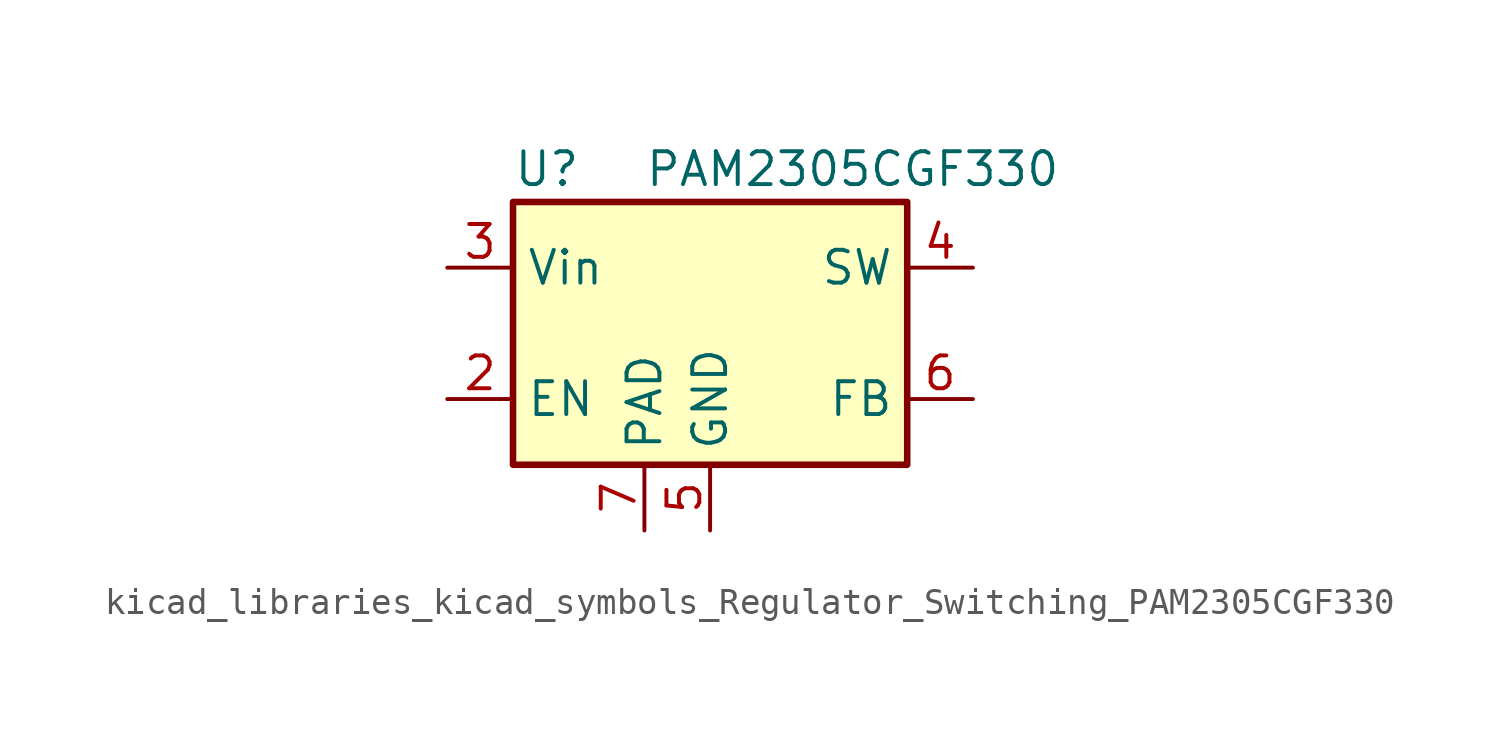
<source format=kicad_sym>
(kicad_symbol_lib
  (version 20220914)
  (generator kicad_symbol_editor)
  (symbol "kicad_libraries_kicad_symbols_Regulator_Switching_PAM2305CGF330"
    (property "Reference" "U"
      (at -7.62 6.35 0)
      (effects (font (size 1.27 1.27)) (justify left)))
    (property "Value" "PAM2305CGF330"
      (at -2.54 6.35 0)
      (effects (font (size 1.27 1.27)) (justify left)))
    (symbol "kicad_libraries_kicad_symbols_Regulator_Switching_PAM2305CGF330_0_1"
      (rectangle (start -7.62 5.08) (end 7.62 -5.08) (stroke (width 0.254) (type default)) (fill (type background))))
    (symbol "kicad_libraries_kicad_symbols_Regulator_Switching_PAM2305CGF330_1_1"
      (pin no_connect line (at -7.62 0 0) (length 2.54) hide (name "NC" (effects (font (size 1.27 1.27)))) (number "1" (effects (font (size 1.27 1.27)))))
      (pin input line (at -10.16 -2.54 0) (length 2.54) (name "EN" (effects (font (size 1.27 1.27)))) (number "2" (effects (font (size 1.27 1.27)))))
      (pin power_in line (at -10.16 2.54 0) (length 2.54) (name "Vin" (effects (font (size 1.27 1.27)))) (number "3" (effects (font (size 1.27 1.27)))))
      (pin output line (at 10.16 2.54 180) (length 2.54) (name "SW" (effects (font (size 1.27 1.27)))) (number "4" (effects (font (size 1.27 1.27)))))
      (pin power_in line (at 0 -7.62 90) (length 2.54) (name "GND" (effects (font (size 1.27 1.27)))) (number "5" (effects (font (size 1.27 1.27)))))
      (pin input line (at 10.16 -2.54 180) (length 2.54) (name "FB" (effects (font (size 1.27 1.27)))) (number "6" (effects (font (size 1.27 1.27)))))
      (pin passive line (at -2.54 -7.62 90) (length 2.54) (name "PAD" (effects (font (size 1.27 1.27)))) (number "7" (effects (font (size 1.27 1.27))))))))
</source>
